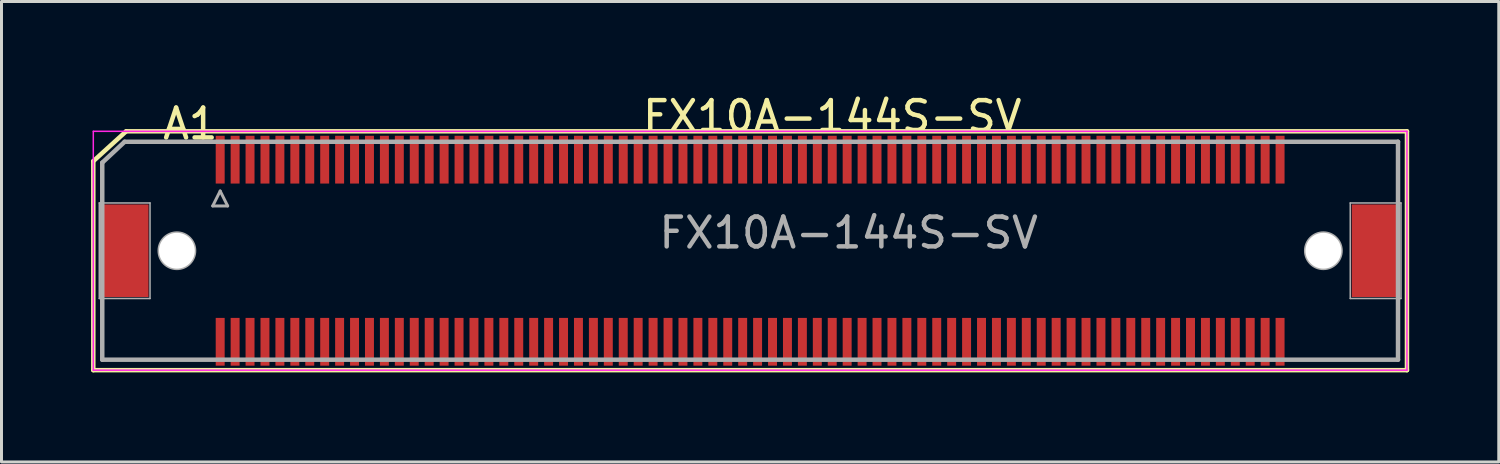
<source format=kicad_pcb>
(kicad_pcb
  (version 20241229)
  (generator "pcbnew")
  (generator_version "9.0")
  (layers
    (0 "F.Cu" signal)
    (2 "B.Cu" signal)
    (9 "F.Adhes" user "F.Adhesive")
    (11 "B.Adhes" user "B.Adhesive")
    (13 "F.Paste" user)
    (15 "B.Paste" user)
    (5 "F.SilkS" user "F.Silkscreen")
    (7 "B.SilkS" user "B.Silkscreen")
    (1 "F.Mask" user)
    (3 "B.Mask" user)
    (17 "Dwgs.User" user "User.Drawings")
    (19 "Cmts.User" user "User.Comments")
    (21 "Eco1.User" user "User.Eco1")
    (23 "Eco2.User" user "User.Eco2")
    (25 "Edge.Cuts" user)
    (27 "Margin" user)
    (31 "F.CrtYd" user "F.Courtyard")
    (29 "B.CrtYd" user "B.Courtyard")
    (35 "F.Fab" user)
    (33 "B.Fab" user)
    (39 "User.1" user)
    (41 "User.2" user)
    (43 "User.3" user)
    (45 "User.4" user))
  (footprint "FX10A-144S-SV"
    (layer "F.Cu")
    (at 22.075 5.348)
    (property "Reference" "FX10A-144S-SV" (at 2.75 -4.5 0) (layer "F.SilkS") (effects (font (size 1 1) (thickness 0.15))))
    (attr smd)
    (fp_line (start -22 4) (end -22 -3) (stroke (width 0.15) (type solid)) (layer "F.SilkS"))
    (fp_line (start -20.9 -4) (end -22 -3) (stroke (width 0.15) (type solid)) (layer "F.SilkS"))
    (fp_line (start -20.9 -4) (end 22 -4) (stroke (width 0.15) (type solid)) (layer "F.SilkS"))
    (fp_line (start 22 -4) (end 22 4) (stroke (width 0.15) (type solid)) (layer "F.SilkS"))
    (fp_line (start 22 4) (end -22 4) (stroke (width 0.15) (type solid)) (layer "F.SilkS"))
    (fp_line (start -22 -4) (end -22 4) (stroke (width 0.05) (type solid)) (layer "F.CrtYd"))
    (fp_line (start -22 4) (end 22 4) (stroke (width 0.05) (type solid)) (layer "F.CrtYd"))
    (fp_line (start 22 -4) (end -22 -4) (stroke (width 0.05) (type solid)) (layer "F.CrtYd"))
    (fp_line (start 22 4) (end 22 -4) (stroke (width 0.05) (type solid)) (layer "F.CrtYd"))
    (fp_line (start -21.8 -1.6) (end -20.1 -1.6) (stroke (width 0.05) (type solid)) (layer "F.Fab"))
    (fp_line (start -21.8 1.6) (end -21.8 -1.6) (stroke (width 0.05) (type solid)) (layer "F.Fab"))
    (fp_line (start -21.7 -2.95) (end -21.7 3.65) (stroke (width 0.15) (type solid)) (layer "F.Fab"))
    (fp_line (start -21.7 -2.95) (end -20.95 -3.65) (stroke (width 0.15) (type solid)) (layer "F.Fab"))
    (fp_line (start -21.7 3.65) (end 21.7 3.65) (stroke (width 0.15) (type solid)) (layer "F.Fab"))
    (fp_line (start -20.95 -3.65) (end 21.7 -3.65) (stroke (width 0.15) (type solid)) (layer "F.Fab"))
    (fp_line (start -20.1 -1.6) (end -20.1 1.6) (stroke (width 0.05) (type solid)) (layer "F.Fab"))
    (fp_line (start -20.1 1.6) (end -21.8 1.6) (stroke (width 0.05) (type solid)) (layer "F.Fab"))
    (fp_line (start -18 -1.5) (end -17.75 -2) (stroke (width 0.1) (type solid)) (layer "F.Fab"))
    (fp_line (start -17.75 -2) (end -17.5 -1.5) (stroke (width 0.1) (type solid)) (layer "F.Fab"))
    (fp_line (start -17.5 -1.5) (end -18 -1.5) (stroke (width 0.1) (type solid)) (layer "F.Fab"))
    (fp_line (start 20.1 -1.6) (end 21.8 -1.6) (stroke (width 0.05) (type solid)) (layer "F.Fab"))
    (fp_line (start 20.1 1.6) (end 20.1 -1.6) (stroke (width 0.05) (type solid)) (layer "F.Fab"))
    (fp_line (start 21.7 -3.65) (end 21.7 3.65) (stroke (width 0.15) (type solid)) (layer "F.Fab"))
    (fp_line (start 21.8 -1.6) (end 21.8 1.6) (stroke (width 0.05) (type solid)) (layer "F.Fab"))
    (fp_line (start 21.8 1.6) (end 20.1 1.6) (stroke (width 0.05) (type solid)) (layer "F.Fab"))
    (fp_circle (center -19.2 0) (end -19.8 0) (stroke (width 0.1) (type solid)) (fill no) (layer "F.Fab"))
    (fp_circle (center 19.2 0) (end 19.8 0) (stroke (width 0.1) (type solid)) (fill no) (layer "F.Fab"))
    (fp_text user "A1" (at -18.75 -4.25 0) (layer "F.SilkS") (effects (font (size 1 1) (thickness 0.15))))
    (fp_text user "${REFERENCE}" (at 3.3 -0.6 0) (layer "F.Fab") (effects (font (size 1 1) (thickness 0.15))))
    (pad "" smd rect (at -20.95 0) (size 1.6 3.1) (layers "F.Cu" "F.Mask" "F.Paste"))
    (pad "" np_thru_hole circle (at -19.2 0) (size 1.2 1.2) (drill 1.2) (layers "*.Mask" "F.Cu"))
    (pad "" np_thru_hole circle (at 19.2 0) (size 1.2 1.2) (drill 1.2) (layers "*.Mask" "F.Cu"))
    (pad "" smd rect (at 20.95 0) (size 1.6 3.1) (layers "F.Cu" "F.Mask" "F.Paste"))
    (pad "A1" smd rect (at -17.75 -3.05) (size 0.3 1.6) (layers "F.Cu" "F.Mask" "F.Paste"))
    (pad "A2" smd rect (at -17.25 -3.05) (size 0.3 1.6) (layers "F.Cu" "F.Mask" "F.Paste"))
    (pad "A3" smd rect (at -16.75 -3.05) (size 0.3 1.6) (layers "F.Cu" "F.Mask" "F.Paste"))
    (pad "A4" smd rect (at -16.25 -3.05) (size 0.3 1.6) (layers "F.Cu" "F.Mask" "F.Paste"))
    (pad "A5" smd rect (at -15.75 -3.05) (size 0.3 1.6) (layers "F.Cu" "F.Mask" "F.Paste"))
    (pad "A6" smd rect (at -15.25 -3.05) (size 0.3 1.6) (layers "F.Cu" "F.Mask" "F.Paste"))
    (pad "A7" smd rect (at -14.75 -3.05) (size 0.3 1.6) (layers "F.Cu" "F.Mask" "F.Paste"))
    (pad "A8" smd rect (at -14.25 -3.05) (size 0.3 1.6) (layers "F.Cu" "F.Mask" "F.Paste"))
    (pad "A9" smd rect (at -13.75 -3.05) (size 0.3 1.6) (layers "F.Cu" "F.Mask" "F.Paste"))
    (pad "A10" smd rect (at -13.25 -3.05) (size 0.3 1.6) (layers "F.Cu" "F.Mask" "F.Paste"))
    (pad "A11" smd rect (at -12.75 -3.05) (size 0.3 1.6) (layers "F.Cu" "F.Mask" "F.Paste"))
    (pad "A12" smd rect (at -12.25 -3.05) (size 0.3 1.6) (layers "F.Cu" "F.Mask" "F.Paste"))
    (pad "A13" smd rect (at -11.75 -3.05) (size 0.3 1.6) (layers "F.Cu" "F.Mask" "F.Paste"))
    (pad "A14" smd rect (at -11.25 -3.05) (size 0.3 1.6) (layers "F.Cu" "F.Mask" "F.Paste"))
    (pad "A15" smd rect (at -10.75 -3.05) (size 0.3 1.6) (layers "F.Cu" "F.Mask" "F.Paste"))
    (pad "A16" smd rect (at -10.25 -3.05) (size 0.3 1.6) (layers "F.Cu" "F.Mask" "F.Paste"))
    (pad "A17" smd rect (at -9.75 -3.05) (size 0.3 1.6) (layers "F.Cu" "F.Mask" "F.Paste"))
    (pad "A18" smd rect (at -9.25 -3.05) (size 0.3 1.6) (layers "F.Cu" "F.Mask" "F.Paste"))
    (pad "A19" smd rect (at -8.75 -3.05) (size 0.3 1.6) (layers "F.Cu" "F.Mask" "F.Paste"))
    (pad "A20" smd rect (at -8.25 -3.05) (size 0.3 1.6) (layers "F.Cu" "F.Mask" "F.Paste"))
    (pad "A21" smd rect (at -7.75 -3.05) (size 0.3 1.6) (layers "F.Cu" "F.Mask" "F.Paste"))
    (pad "A22" smd rect (at -7.25 -3.05) (size 0.3 1.6) (layers "F.Cu" "F.Mask" "F.Paste"))
    (pad "A23" smd rect (at -6.75 -3.05) (size 0.3 1.6) (layers "F.Cu" "F.Mask" "F.Paste"))
    (pad "A24" smd rect (at -6.25 -3.05) (size 0.3 1.6) (layers "F.Cu" "F.Mask" "F.Paste"))
    (pad "A25" smd rect (at -5.75 -3.05) (size 0.3 1.6) (layers "F.Cu" "F.Mask" "F.Paste"))
    (pad "A26" smd rect (at -5.25 -3.05) (size 0.3 1.6) (layers "F.Cu" "F.Mask" "F.Paste"))
    (pad "A27" smd rect (at -4.75 -3.05) (size 0.3 1.6) (layers "F.Cu" "F.Mask" "F.Paste"))
    (pad "A28" smd rect (at -4.25 -3.05) (size 0.3 1.6) (layers "F.Cu" "F.Mask" "F.Paste"))
    (pad "A29" smd rect (at -3.75 -3.05) (size 0.3 1.6) (layers "F.Cu" "F.Mask" "F.Paste"))
    (pad "A30" smd rect (at -3.25 -3.05) (size 0.3 1.6) (layers "F.Cu" "F.Mask" "F.Paste"))
    (pad "A31" smd rect (at -2.75 -3.05) (size 0.3 1.6) (layers "F.Cu" "F.Mask" "F.Paste"))
    (pad "A32" smd rect (at -2.25 -3.05) (size 0.3 1.6) (layers "F.Cu" "F.Mask" "F.Paste"))
    (pad "A33" smd rect (at -1.75 -3.05) (size 0.3 1.6) (layers "F.Cu" "F.Mask" "F.Paste"))
    (pad "A34" smd rect (at -1.25 -3.05) (size 0.3 1.6) (layers "F.Cu" "F.Mask" "F.Paste"))
    (pad "A35" smd rect (at -0.75 -3.05) (size 0.3 1.6) (layers "F.Cu" "F.Mask" "F.Paste"))
    (pad "A36" smd rect (at -0.25 -3.05) (size 0.3 1.6) (layers "F.Cu" "F.Mask" "F.Paste"))
    (pad "A37" smd rect (at 0.25 -3.05) (size 0.3 1.6) (layers "F.Cu" "F.Mask" "F.Paste"))
    (pad "A38" smd rect (at 0.75 -3.05) (size 0.3 1.6) (layers "F.Cu" "F.Mask" "F.Paste"))
    (pad "A39" smd rect (at 1.25 -3.05) (size 0.3 1.6) (layers "F.Cu" "F.Mask" "F.Paste"))
    (pad "A40" smd rect (at 1.75 -3.05) (size 0.3 1.6) (layers "F.Cu" "F.Mask" "F.Paste"))
    (pad "A41" smd rect (at 2.25 -3.05) (size 0.3 1.6) (layers "F.Cu" "F.Mask" "F.Paste"))
    (pad "A42" smd rect (at 2.75 -3.05) (size 0.3 1.6) (layers "F.Cu" "F.Mask" "F.Paste"))
    (pad "A43" smd rect (at 3.25 -3.05) (size 0.3 1.6) (layers "F.Cu" "F.Mask" "F.Paste"))
    (pad "A44" smd rect (at 3.75 -3.05) (size 0.3 1.6) (layers "F.Cu" "F.Mask" "F.Paste"))
    (pad "A45" smd rect (at 4.25 -3.05) (size 0.3 1.6) (layers "F.Cu" "F.Mask" "F.Paste"))
    (pad "A46" smd rect (at 4.75 -3.05) (size 0.3 1.6) (layers "F.Cu" "F.Mask" "F.Paste"))
    (pad "A47" smd rect (at 5.25 -3.05) (size 0.3 1.6) (layers "F.Cu" "F.Mask" "F.Paste"))
    (pad "A48" smd rect (at 5.75 -3.05) (size 0.3 1.6) (layers "F.Cu" "F.Mask" "F.Paste"))
    (pad "A49" smd rect (at 6.25 -3.05) (size 0.3 1.6) (layers "F.Cu" "F.Mask" "F.Paste"))
    (pad "A50" smd rect (at 6.75 -3.05) (size 0.3 1.6) (layers "F.Cu" "F.Mask" "F.Paste"))
    (pad "A51" smd rect (at 7.25 -3.05) (size 0.3 1.6) (layers "F.Cu" "F.Mask" "F.Paste"))
    (pad "A52" smd rect (at 7.75 -3.05) (size 0.3 1.6) (layers "F.Cu" "F.Mask" "F.Paste"))
    (pad "A53" smd rect (at 8.25 -3.05) (size 0.3 1.6) (layers "F.Cu" "F.Mask" "F.Paste"))
    (pad "A54" smd rect (at 8.75 -3.05) (size 0.3 1.6) (layers "F.Cu" "F.Mask" "F.Paste"))
    (pad "A55" smd rect (at 9.25 -3.05) (size 0.3 1.6) (layers "F.Cu" "F.Mask" "F.Paste"))
    (pad "A56" smd rect (at 9.75 -3.05) (size 0.3 1.6) (layers "F.Cu" "F.Mask" "F.Paste"))
    (pad "A57" smd rect (at 10.25 -3.05) (size 0.3 1.6) (layers "F.Cu" "F.Mask" "F.Paste"))
    (pad "A58" smd rect (at 10.75 -3.05) (size 0.3 1.6) (layers "F.Cu" "F.Mask" "F.Paste"))
    (pad "A59" smd rect (at 11.25 -3.05) (size 0.3 1.6) (layers "F.Cu" "F.Mask" "F.Paste"))
    (pad "A60" smd rect (at 11.75 -3.05) (size 0.3 1.6) (layers "F.Cu" "F.Mask" "F.Paste"))
    (pad "A61" smd rect (at 12.25 -3.05) (size 0.3 1.6) (layers "F.Cu" "F.Mask" "F.Paste"))
    (pad "A62" smd rect (at 12.75 -3.05) (size 0.3 1.6) (layers "F.Cu" "F.Mask" "F.Paste"))
    (pad "A63" smd rect (at 13.25 -3.05) (size 0.3 1.6) (layers "F.Cu" "F.Mask" "F.Paste"))
    (pad "A64" smd rect (at 13.75 -3.05) (size 0.3 1.6) (layers "F.Cu" "F.Mask" "F.Paste"))
    (pad "A65" smd rect (at 14.25 -3.05) (size 0.3 1.6) (layers "F.Cu" "F.Mask" "F.Paste"))
    (pad "A66" smd rect (at 14.75 -3.05) (size 0.3 1.6) (layers "F.Cu" "F.Mask" "F.Paste"))
    (pad "A67" smd rect (at 15.25 -3.05) (size 0.3 1.6) (layers "F.Cu" "F.Mask" "F.Paste"))
    (pad "A68" smd rect (at 15.75 -3.05) (size 0.3 1.6) (layers "F.Cu" "F.Mask" "F.Paste"))
    (pad "A69" smd rect (at 16.25 -3.05) (size 0.3 1.6) (layers "F.Cu" "F.Mask" "F.Paste"))
    (pad "A70" smd rect (at 16.75 -3.05) (size 0.3 1.6) (layers "F.Cu" "F.Mask" "F.Paste"))
    (pad "A71" smd rect (at 17.25 -3.05) (size 0.3 1.6) (layers "F.Cu" "F.Mask" "F.Paste"))
    (pad "A72" smd rect (at 17.75 -3.05) (size 0.3 1.6) (layers "F.Cu" "F.Mask" "F.Paste"))
    (pad "B1" smd rect (at -17.75 3.05) (size 0.3 1.6) (layers "F.Cu" "F.Mask" "F.Paste"))
    (pad "B2" smd rect (at -17.25 3.05) (size 0.3 1.6) (layers "F.Cu" "F.Mask" "F.Paste"))
    (pad "B3" smd rect (at -16.75 3.05) (size 0.3 1.6) (layers "F.Cu" "F.Mask" "F.Paste"))
    (pad "B4" smd rect (at -16.25 3.05) (size 0.3 1.6) (layers "F.Cu" "F.Mask" "F.Paste"))
    (pad "B5" smd rect (at -15.75 3.05) (size 0.3 1.6) (layers "F.Cu" "F.Mask" "F.Paste"))
    (pad "B6" smd rect (at -15.25 3.05) (size 0.3 1.6) (layers "F.Cu" "F.Mask" "F.Paste"))
    (pad "B7" smd rect (at -14.75 3.05) (size 0.3 1.6) (layers "F.Cu" "F.Mask" "F.Paste"))
    (pad "B8" smd rect (at -14.25 3.05) (size 0.3 1.6) (layers "F.Cu" "F.Mask" "F.Paste"))
    (pad "B9" smd rect (at -13.75 3.05) (size 0.3 1.6) (layers "F.Cu" "F.Mask" "F.Paste"))
    (pad "B10" smd rect (at -13.25 3.05) (size 0.3 1.6) (layers "F.Cu" "F.Mask" "F.Paste"))
    (pad "B11" smd rect (at -12.75 3.05) (size 0.3 1.6) (layers "F.Cu" "F.Mask" "F.Paste"))
    (pad "B12" smd rect (at -12.25 3.05) (size 0.3 1.6) (layers "F.Cu" "F.Mask" "F.Paste"))
    (pad "B13" smd rect (at -11.75 3.05) (size 0.3 1.6) (layers "F.Cu" "F.Mask" "F.Paste"))
    (pad "B14" smd rect (at -11.25 3.05) (size 0.3 1.6) (layers "F.Cu" "F.Mask" "F.Paste"))
    (pad "B15" smd rect (at -10.75 3.05) (size 0.3 1.6) (layers "F.Cu" "F.Mask" "F.Paste"))
    (pad "B16" smd rect (at -10.25 3.05) (size 0.3 1.6) (layers "F.Cu" "F.Mask" "F.Paste"))
    (pad "B17" smd rect (at -9.75 3.05) (size 0.3 1.6) (layers "F.Cu" "F.Mask" "F.Paste"))
    (pad "B18" smd rect (at -9.25 3.05) (size 0.3 1.6) (layers "F.Cu" "F.Mask" "F.Paste"))
    (pad "B19" smd rect (at -8.75 3.05) (size 0.3 1.6) (layers "F.Cu" "F.Mask" "F.Paste"))
    (pad "B20" smd rect (at -8.25 3.05) (size 0.3 1.6) (layers "F.Cu" "F.Mask" "F.Paste"))
    (pad "B21" smd rect (at -7.75 3.05) (size 0.3 1.6) (layers "F.Cu" "F.Mask" "F.Paste"))
    (pad "B22" smd rect (at -7.25 3.05) (size 0.3 1.6) (layers "F.Cu" "F.Mask" "F.Paste"))
    (pad "B23" smd rect (at -6.75 3.05) (size 0.3 1.6) (layers "F.Cu" "F.Mask" "F.Paste"))
    (pad "B24" smd rect (at -6.25 3.05) (size 0.3 1.6) (layers "F.Cu" "F.Mask" "F.Paste"))
    (pad "B25" smd rect (at -5.75 3.05) (size 0.3 1.6) (layers "F.Cu" "F.Mask" "F.Paste"))
    (pad "B26" smd rect (at -5.25 3.05) (size 0.3 1.6) (layers "F.Cu" "F.Mask" "F.Paste"))
    (pad "B27" smd rect (at -4.75 3.05) (size 0.3 1.6) (layers "F.Cu" "F.Mask" "F.Paste"))
    (pad "B28" smd rect (at -4.25 3.05) (size 0.3 1.6) (layers "F.Cu" "F.Mask" "F.Paste"))
    (pad "B29" smd rect (at -3.75 3.05) (size 0.3 1.6) (layers "F.Cu" "F.Mask" "F.Paste"))
    (pad "B30" smd rect (at -3.25 3.05) (size 0.3 1.6) (layers "F.Cu" "F.Mask" "F.Paste"))
    (pad "B31" smd rect (at -2.75 3.05) (size 0.3 1.6) (layers "F.Cu" "F.Mask" "F.Paste"))
    (pad "B32" smd rect (at -2.25 3.05) (size 0.3 1.6) (layers "F.Cu" "F.Mask" "F.Paste"))
    (pad "B33" smd rect (at -1.75 3.05) (size 0.3 1.6) (layers "F.Cu" "F.Mask" "F.Paste"))
    (pad "B34" smd rect (at -1.25 3.05) (size 0.3 1.6) (layers "F.Cu" "F.Mask" "F.Paste"))
    (pad "B35" smd rect (at -0.75 3.05) (size 0.3 1.6) (layers "F.Cu" "F.Mask" "F.Paste"))
    (pad "B36" smd rect (at -0.25 3.05) (size 0.3 1.6) (layers "F.Cu" "F.Mask" "F.Paste"))
    (pad "B37" smd rect (at 0.25 3.05) (size 0.3 1.6) (layers "F.Cu" "F.Mask" "F.Paste"))
    (pad "B38" smd rect (at 0.75 3.05) (size 0.3 1.6) (layers "F.Cu" "F.Mask" "F.Paste"))
    (pad "B39" smd rect (at 1.25 3.05) (size 0.3 1.6) (layers "F.Cu" "F.Mask" "F.Paste"))
    (pad "B40" smd rect (at 1.75 3.05) (size 0.3 1.6) (layers "F.Cu" "F.Mask" "F.Paste"))
    (pad "B41" smd rect (at 2.25 3.05) (size 0.3 1.6) (layers "F.Cu" "F.Mask" "F.Paste"))
    (pad "B42" smd rect (at 2.75 3.05) (size 0.3 1.6) (layers "F.Cu" "F.Mask" "F.Paste"))
    (pad "B43" smd rect (at 3.25 3.05) (size 0.3 1.6) (layers "F.Cu" "F.Mask" "F.Paste"))
    (pad "B44" smd rect (at 3.75 3.05) (size 0.3 1.6) (layers "F.Cu" "F.Mask" "F.Paste"))
    (pad "B45" smd rect (at 4.25 3.05) (size 0.3 1.6) (layers "F.Cu" "F.Mask" "F.Paste"))
    (pad "B46" smd rect (at 4.75 3.05) (size 0.3 1.6) (layers "F.Cu" "F.Mask" "F.Paste"))
    (pad "B47" smd rect (at 5.25 3.05) (size 0.3 1.6) (layers "F.Cu" "F.Mask" "F.Paste"))
    (pad "B48" smd rect (at 5.75 3.05) (size 0.3 1.6) (layers "F.Cu" "F.Mask" "F.Paste"))
    (pad "B49" smd rect (at 6.25 3.05) (size 0.3 1.6) (layers "F.Cu" "F.Mask" "F.Paste"))
    (pad "B50" smd rect (at 6.75 3.05) (size 0.3 1.6) (layers "F.Cu" "F.Mask" "F.Paste"))
    (pad "B51" smd rect (at 7.25 3.05) (size 0.3 1.6) (layers "F.Cu" "F.Mask" "F.Paste"))
    (pad "B52" smd rect (at 7.75 3.05) (size 0.3 1.6) (layers "F.Cu" "F.Mask" "F.Paste"))
    (pad "B53" smd rect (at 8.25 3.05) (size 0.3 1.6) (layers "F.Cu" "F.Mask" "F.Paste"))
    (pad "B54" smd rect (at 8.75 3.05) (size 0.3 1.6) (layers "F.Cu" "F.Mask" "F.Paste"))
    (pad "B55" smd rect (at 9.25 3.05) (size 0.3 1.6) (layers "F.Cu" "F.Mask" "F.Paste"))
    (pad "B56" smd rect (at 9.75 3.05) (size 0.3 1.6) (layers "F.Cu" "F.Mask" "F.Paste"))
    (pad "B57" smd rect (at 10.25 3.05) (size 0.3 1.6) (layers "F.Cu" "F.Mask" "F.Paste"))
    (pad "B58" smd rect (at 10.75 3.05) (size 0.3 1.6) (layers "F.Cu" "F.Mask" "F.Paste"))
    (pad "B59" smd rect (at 11.25 3.05) (size 0.3 1.6) (layers "F.Cu" "F.Mask" "F.Paste"))
    (pad "B60" smd rect (at 11.75 3.05) (size 0.3 1.6) (layers "F.Cu" "F.Mask" "F.Paste"))
    (pad "B61" smd rect (at 12.25 3.05) (size 0.3 1.6) (layers "F.Cu" "F.Mask" "F.Paste"))
    (pad "B62" smd rect (at 12.75 3.05) (size 0.3 1.6) (layers "F.Cu" "F.Mask" "F.Paste"))
    (pad "B63" smd rect (at 13.25 3.05) (size 0.3 1.6) (layers "F.Cu" "F.Mask" "F.Paste"))
    (pad "B64" smd rect (at 13.75 3.05) (size 0.3 1.6) (layers "F.Cu" "F.Mask" "F.Paste"))
    (pad "B65" smd rect (at 14.25 3.05) (size 0.3 1.6) (layers "F.Cu" "F.Mask" "F.Paste"))
    (pad "B66" smd rect (at 14.75 3.05) (size 0.3 1.6) (layers "F.Cu" "F.Mask" "F.Paste"))
    (pad "B67" smd rect (at 15.25 3.05) (size 0.3 1.6) (layers "F.Cu" "F.Mask" "F.Paste"))
    (pad "B68" smd rect (at 15.75 3.05) (size 0.3 1.6) (layers "F.Cu" "F.Mask" "F.Paste"))
    (pad "B69" smd rect (at 16.25 3.05) (size 0.3 1.6) (layers "F.Cu" "F.Mask" "F.Paste"))
    (pad "B70" smd rect (at 16.75 3.05) (size 0.3 1.6) (layers "F.Cu" "F.Mask" "F.Paste"))
    (pad "B71" smd rect (at 17.25 3.05) (size 0.3 1.6) (layers "F.Cu" "F.Mask" "F.Paste"))
    (pad "B72" smd rect (at 17.75 3.05) (size 0.3 1.6) (layers "F.Cu" "F.Mask" "F.Paste")))
  (gr_rect
    (start -3 -3)
    (end 47.15 12.423)
    (stroke (width 0.1) (type default))
    (fill no)
    (layer "Edge.Cuts")))
</source>
